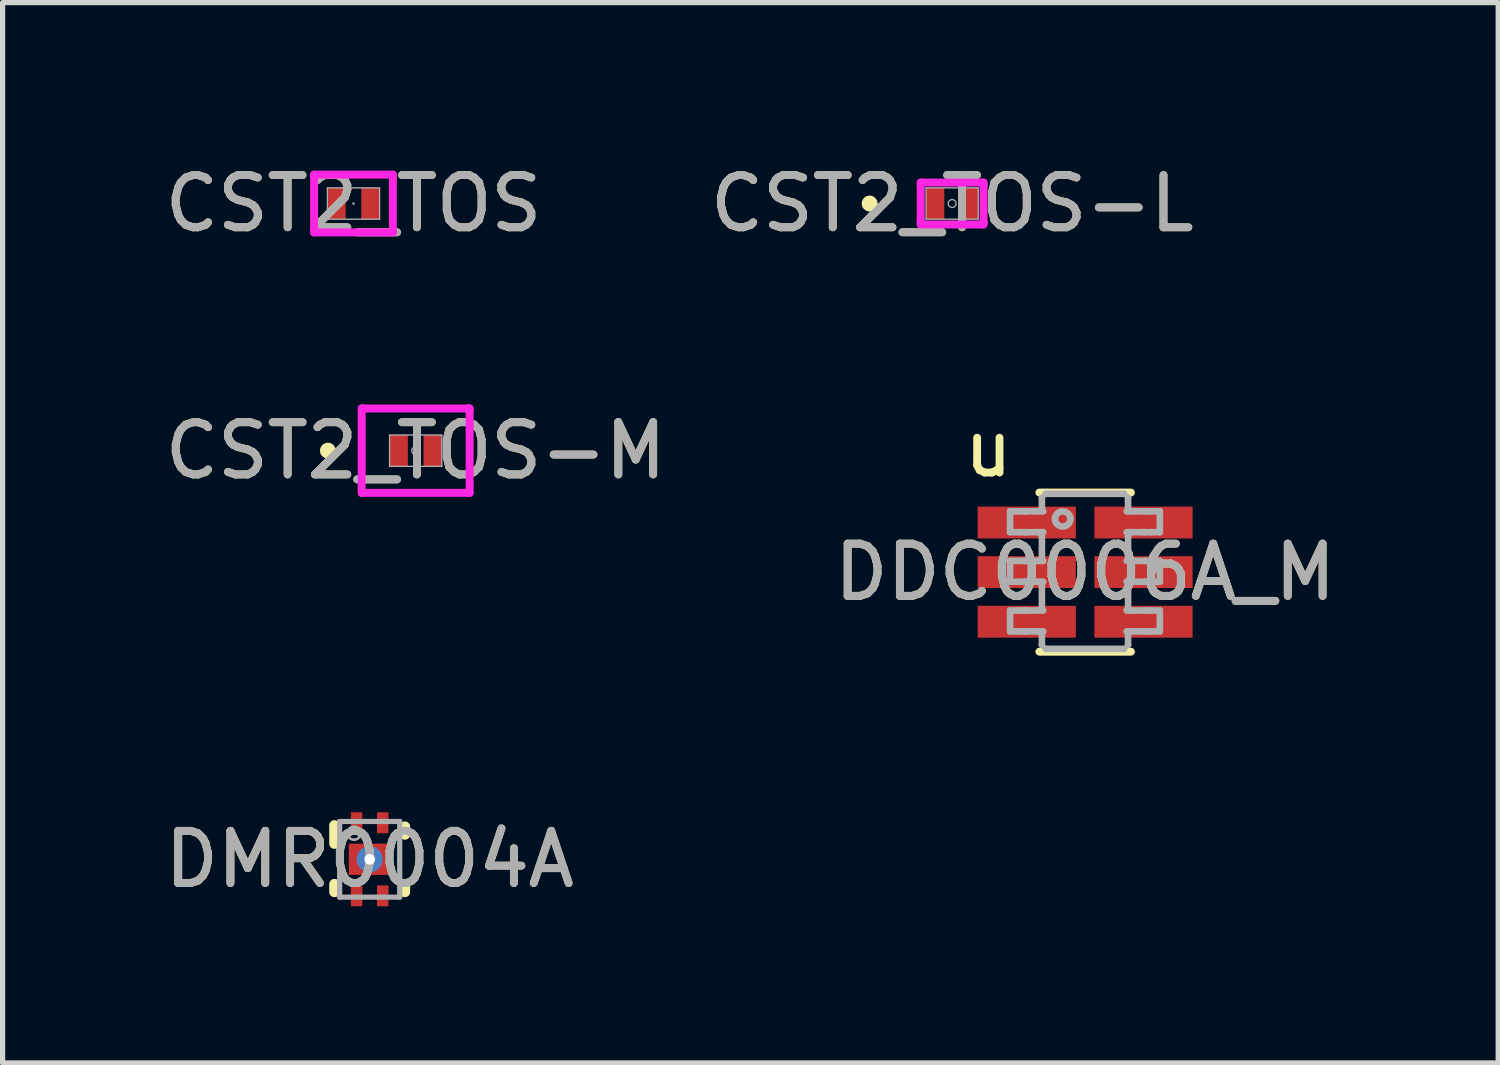
<source format=kicad_pcb>
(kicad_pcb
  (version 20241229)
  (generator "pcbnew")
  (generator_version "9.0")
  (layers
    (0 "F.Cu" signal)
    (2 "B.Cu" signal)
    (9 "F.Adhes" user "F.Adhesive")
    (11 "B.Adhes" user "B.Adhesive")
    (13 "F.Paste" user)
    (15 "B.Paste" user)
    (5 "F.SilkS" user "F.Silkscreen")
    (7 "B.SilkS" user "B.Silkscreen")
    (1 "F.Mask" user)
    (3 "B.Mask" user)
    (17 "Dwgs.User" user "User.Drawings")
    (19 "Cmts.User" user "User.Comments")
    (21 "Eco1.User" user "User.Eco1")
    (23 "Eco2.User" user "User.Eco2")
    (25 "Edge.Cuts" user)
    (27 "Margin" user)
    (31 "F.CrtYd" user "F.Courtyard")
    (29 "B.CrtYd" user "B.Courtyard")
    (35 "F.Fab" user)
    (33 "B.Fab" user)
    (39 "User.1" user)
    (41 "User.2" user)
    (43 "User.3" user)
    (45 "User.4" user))
  (footprint "CST2_TOS-L"
    (layer "F.Cu")
    (at 15.185 0.848)
    (property "Reference" "CST2_TOS-L" (at 0 0 0) (unlocked yes) (layer "F.SilkS") (effects (font (size 1 1) (thickness 0.15))))
    (attr smd)
    (fp_circle (center -1.58 0) (end -1.504 0) (stroke (width 0.152) (type solid)) (fill no) (layer "F.SilkS"))
    (fp_line (start -0.602 -0.402) (end 0.602 -0.402) (stroke (width 0.152) (type solid)) (layer "F.CrtYd"))
    (fp_line (start -0.602 -0.351) (end -0.602 -0.402) (stroke (width 0.152) (type solid)) (layer "F.CrtYd"))
    (fp_line (start -0.602 -0.351) (end -0.602 -0.351) (stroke (width 0.152) (type solid)) (layer "F.CrtYd"))
    (fp_line (start -0.602 0.351) (end -0.602 -0.351) (stroke (width 0.152) (type solid)) (layer "F.CrtYd"))
    (fp_line (start -0.602 0.351) (end -0.602 0.351) (stroke (width 0.152) (type solid)) (layer "F.CrtYd"))
    (fp_line (start -0.602 0.402) (end -0.602 0.351) (stroke (width 0.152) (type solid)) (layer "F.CrtYd"))
    (fp_line (start 0.602 -0.402) (end 0.602 -0.351) (stroke (width 0.152) (type solid)) (layer "F.CrtYd"))
    (fp_line (start 0.602 -0.351) (end 0.602 -0.351) (stroke (width 0.152) (type solid)) (layer "F.CrtYd"))
    (fp_line (start 0.602 -0.351) (end 0.602 0.351) (stroke (width 0.152) (type solid)) (layer "F.CrtYd"))
    (fp_line (start 0.602 0.351) (end 0.602 0.351) (stroke (width 0.152) (type solid)) (layer "F.CrtYd"))
    (fp_line (start 0.602 0.351) (end 0.602 0.402) (stroke (width 0.152) (type solid)) (layer "F.CrtYd"))
    (fp_line (start 0.602 0.402) (end -0.602 0.402) (stroke (width 0.152) (type solid)) (layer "F.CrtYd"))
    (fp_line (start -0.5 -0.3) (end -0.5 0.3) (stroke (width 0.025) (type solid)) (layer "F.Fab"))
    (fp_line (start -0.5 0.3) (end 0.5 0.3) (stroke (width 0.025) (type solid)) (layer "F.Fab"))
    (fp_line (start 0.5 -0.3) (end -0.5 -0.3) (stroke (width 0.025) (type solid)) (layer "F.Fab"))
    (fp_line (start 0.5 0.3) (end 0.5 -0.3) (stroke (width 0.025) (type solid)) (layer "F.Fab"))
    (fp_circle (center 0 0) (end 0.076 0) (stroke (width 0.025) (type solid)) (fill no) (layer "F.Fab"))
    (fp_text user "${REFERENCE}" (at 0 0 0) (unlocked yes) (layer "F.Fab") (effects (font (size 1 1) (thickness 0.15))))
    (pad "1" smd rect (at -0.325 0) (size 0.35 0.6) (layers "F.Cu" "F.Mask" "F.Paste"))
    (pad "2" smd rect (at 0.325 0) (size 0.35 0.6) (layers "F.Cu" "F.Mask" "F.Paste")))
  (footprint "CST2_TOS"
    (layer "F.Cu")
    (at 3.72 0.848)
    (property "Reference" "CST2_TOS" (at 0 0 0) (unlocked yes) (layer "F.SilkS") (effects (font (size 1 1) (thickness 0.15))))
    (attr smd)
    (fp_line (start -0.754 -0.554) (end 0.754 -0.554) (stroke (width 0.152) (type solid)) (layer "F.CrtYd"))
    (fp_line (start -0.754 -0.529) (end -0.754 -0.554) (stroke (width 0.152) (type solid)) (layer "F.CrtYd"))
    (fp_line (start -0.754 -0.529) (end -0.754 -0.529) (stroke (width 0.152) (type solid)) (layer "F.CrtYd"))
    (fp_line (start -0.754 0.529) (end -0.754 -0.529) (stroke (width 0.152) (type solid)) (layer "F.CrtYd"))
    (fp_line (start -0.754 0.529) (end -0.754 0.529) (stroke (width 0.152) (type solid)) (layer "F.CrtYd"))
    (fp_line (start -0.754 0.554) (end -0.754 0.529) (stroke (width 0.152) (type solid)) (layer "F.CrtYd"))
    (fp_line (start 0.754 -0.554) (end 0.754 -0.529) (stroke (width 0.152) (type solid)) (layer "F.CrtYd"))
    (fp_line (start 0.754 -0.529) (end 0.754 -0.529) (stroke (width 0.152) (type solid)) (layer "F.CrtYd"))
    (fp_line (start 0.754 -0.529) (end 0.754 0.529) (stroke (width 0.152) (type solid)) (layer "F.CrtYd"))
    (fp_line (start 0.754 0.529) (end 0.754 0.529) (stroke (width 0.152) (type solid)) (layer "F.CrtYd"))
    (fp_line (start 0.754 0.529) (end 0.754 0.554) (stroke (width 0.152) (type solid)) (layer "F.CrtYd"))
    (fp_line (start 0.754 0.554) (end -0.754 0.554) (stroke (width 0.152) (type solid)) (layer "F.CrtYd"))
    (fp_line (start -0.5 -0.3) (end -0.5 0.3) (stroke (width 0.025) (type solid)) (layer "F.Fab"))
    (fp_line (start -0.5 0.3) (end 0.5 0.3) (stroke (width 0.025) (type solid)) (layer "F.Fab"))
    (fp_line (start 0.5 -0.3) (end -0.5 -0.3) (stroke (width 0.025) (type solid)) (layer "F.Fab"))
    (fp_line (start 0.5 0.3) (end 0.5 -0.3) (stroke (width 0.025) (type solid)) (layer "F.Fab"))
    (fp_circle (center 0 0) (end 0 0) (stroke (width 0.025) (type solid)) (fill no) (layer "F.Fab"))
    (fp_text user "${REFERENCE}" (at 0 0 0) (unlocked yes) (layer "F.Fab") (effects (font (size 1 1) (thickness 0.15))))
    (pad "1" smd rect (at -0.325 0) (size 0.35 0.6) (layers "F.Cu" "F.Mask" "F.Paste"))
    (pad "2" smd rect (at 0.325 0) (size 0.35 0.6) (layers "F.Cu" "F.Mask" "F.Paste")))
  (footprint "DMR0004A"
    (layer "F.Cu")
    (at 4.03 13.407)
    (property "Reference" "DMR0004A" (at 0 0 0) (unlocked yes) (layer "F.SilkS") (effects (font (size 1 1) (thickness 0.15))))
    (attr smd)
    (fp_line (start -0.675 -0.3) (end -0.675 -0.65) (stroke (width 0.2) (type solid)) (layer "F.SilkS"))
    (fp_line (start -0.675 0.625) (end -0.675 0.475) (stroke (width 0.2) (type solid)) (layer "F.SilkS"))
    (fp_line (start 0.675 -0.475) (end 0.675 -0.625) (stroke (width 0.2) (type solid)) (layer "F.SilkS"))
    (fp_line (start 0.675 0.625) (end 0.675 0.475) (stroke (width 0.2) (type solid)) (layer "F.SilkS"))
    (fp_poly (pts (xy -0.38 0.234) (xy -0.38 -0.234) (xy -0.379 -0.244) (xy -0.376 -0.253) (xy -0.371 -0.262) (xy -0.365 -0.27) (xy -0.357 -0.276) (xy -0.348 -0.281) (xy -0.339 -0.284) (xy -0.329 -0.285) (xy 0.329 -0.285) (xy 0.339 -0.284) (xy 0.348 -0.281) (xy 0.357 -0.276) (xy 0.365 -0.27) (xy 0.371 -0.262) (xy 0.376 -0.253) (xy 0.379 -0.244) (xy 0.38 -0.234) (xy 0.38 0.234) (xy 0.379 0.244) (xy 0.376 0.253) (xy 0.371 0.262) (xy 0.365 0.27) (xy 0.357 0.276) (xy 0.348 0.281) (xy 0.339 0.284) (xy 0.329 0.285) (xy -0.329 0.285) (xy -0.339 0.284) (xy -0.348 0.281) (xy -0.357 0.276) (xy -0.365 0.27) (xy -0.371 0.262) (xy -0.376 0.253) (xy -0.379 0.244)) (stroke (width 0) (type solid)) (fill yes) (layer "F.Paste"))
    (fp_line (start -0.575 -0.725) (end 0.575 -0.725) (stroke (width 0.1) (type solid)) (layer "F.Fab"))
    (fp_line (start -0.575 0.725) (end -0.575 -0.725) (stroke (width 0.1) (type solid)) (layer "F.Fab"))
    (fp_line (start -0.575 0.725) (end 0.575 0.725) (stroke (width 0.1) (type solid)) (layer "F.Fab"))
    (fp_line (start 0.575 0.725) (end 0.575 -0.725) (stroke (width 0.1) (type solid)) (layer "F.Fab"))
    (fp_circle (center -0.3 -0.5) (end -0.175 -0.5) (stroke (width 0.05) (type solid)) (fill no) (layer "F.Fab"))
    (fp_text user "${REFERENCE}" (at 0 0 0) (unlocked yes) (layer "F.Fab") (effects (font (size 1 1) (thickness 0.15))))
    (pad "1" smd rect (at -0.25 -0.7) (size 0.22 0.4) (layers "F.Cu" "F.Mask" "F.Paste"))
    (pad "2" smd rect (at -0.25 0.7) (size 0.22 0.4) (layers "F.Cu" "F.Mask" "F.Paste"))
    (pad "3" smd rect (at 0.25 0.7) (size 0.22 0.4) (layers "F.Cu" "F.Mask" "F.Paste"))
    (pad "4" smd rect (at 0.25 -0.7) (size 0.22 0.4) (layers "F.Cu" "F.Mask" "F.Paste"))
    (pad "5" smd rect (at 0 0) (size 0.8 0.6) (layers "F.Cu" "F.Mask"))
    (pad "V" thru_hole circle (at 0 0) (size 0.5 0.5) (drill 0.203) (layers "*.Cu" "*.Mask")))
  (footprint "CST2_TOS-M"
    (layer "F.Cu")
    (at 4.911 5.581)
    (property "Reference" "CST2_TOS-M" (at 0 0 0) (unlocked yes) (layer "F.SilkS") (effects (font (size 1 1) (thickness 0.15))))
    (attr smd)
    (fp_circle (center -1.681 0) (end -1.605 0) (stroke (width 0.152) (type solid)) (fill no) (layer "F.SilkS"))
    (fp_line (start -1.034 -0.808) (end -1.008 -0.808) (stroke (width 0.152) (type solid)) (layer "F.CrtYd"))
    (fp_line (start -1.034 0.808) (end -1.034 -0.808) (stroke (width 0.152) (type solid)) (layer "F.CrtYd"))
    (fp_line (start -1.034 0.808) (end -1.008 0.808) (stroke (width 0.152) (type solid)) (layer "F.CrtYd"))
    (fp_line (start -1.008 -0.808) (end -1.008 -0.808) (stroke (width 0.152) (type solid)) (layer "F.CrtYd"))
    (fp_line (start -1.008 -0.808) (end 1.008 -0.808) (stroke (width 0.152) (type solid)) (layer "F.CrtYd"))
    (fp_line (start -1.008 0.808) (end -1.008 0.808) (stroke (width 0.152) (type solid)) (layer "F.CrtYd"))
    (fp_line (start 1.008 -0.808) (end 1.008 -0.808) (stroke (width 0.152) (type solid)) (layer "F.CrtYd"))
    (fp_line (start 1.008 0.808) (end -1.008 0.808) (stroke (width 0.152) (type solid)) (layer "F.CrtYd"))
    (fp_line (start 1.008 0.808) (end 1.008 0.808) (stroke (width 0.152) (type solid)) (layer "F.CrtYd"))
    (fp_line (start 1.034 -0.808) (end 1.008 -0.808) (stroke (width 0.152) (type solid)) (layer "F.CrtYd"))
    (fp_line (start 1.034 -0.808) (end 1.034 0.808) (stroke (width 0.152) (type solid)) (layer "F.CrtYd"))
    (fp_line (start 1.034 0.808) (end 1.008 0.808) (stroke (width 0.152) (type solid)) (layer "F.CrtYd"))
    (fp_line (start -0.5 -0.3) (end -0.5 0.3) (stroke (width 0.025) (type solid)) (layer "F.Fab"))
    (fp_line (start -0.5 0.3) (end 0.5 0.3) (stroke (width 0.025) (type solid)) (layer "F.Fab"))
    (fp_line (start 0.5 -0.3) (end -0.5 -0.3) (stroke (width 0.025) (type solid)) (layer "F.Fab"))
    (fp_line (start 0.5 0.3) (end 0.5 -0.3) (stroke (width 0.025) (type solid)) (layer "F.Fab"))
    (fp_circle (center 0 0) (end 0.076 0) (stroke (width 0.025) (type solid)) (fill no) (layer "F.Fab"))
    (fp_text user "${REFERENCE}" (at 0 0 0) (unlocked yes) (layer "F.Fab") (effects (font (size 1 1) (thickness 0.15))))
    (pad "1" smd rect (at -0.325 0) (size 0.35 0.6) (layers "F.Cu" "F.Mask" "F.Paste"))
    (pad "2" smd rect (at 0.325 0) (size 0.35 0.6) (layers "F.Cu" "F.Mask" "F.Paste")))
  (footprint "DDC0006A_M"
    (layer "F.Cu")
    (at 17.732 7.907)
    (property "Reference" "DDC0006A_M" (at 0 0 0) (unlocked yes) (layer "F.SilkS") (effects (font (size 1 1) (thickness 0.15))))
    (attr smd)
    (fp_line (start -0.876 -1.524) (end 0.876 -1.524) (stroke (width 0.152) (type solid)) (layer "F.SilkS"))
    (fp_line (start -0.876 1.524) (end 0.876 1.524) (stroke (width 0.152) (type solid)) (layer "F.SilkS"))
    (fp_line (start -1.437 -1.165) (end -1.251 -1.165) (stroke (width 0.127) (type solid)) (layer "F.Fab"))
    (fp_line (start -1.437 -0.765) (end -1.437 -1.165) (stroke (width 0.127) (type solid)) (layer "F.Fab"))
    (fp_line (start -1.437 -0.765) (end -1.251 -0.765) (stroke (width 0.127) (type solid)) (layer "F.Fab"))
    (fp_line (start -1.437 -0.215) (end -1.251 -0.215) (stroke (width 0.127) (type solid)) (layer "F.Fab"))
    (fp_line (start -1.437 0.185) (end -1.437 -0.215) (stroke (width 0.127) (type solid)) (layer "F.Fab"))
    (fp_line (start -1.437 0.185) (end -1.251 0.185) (stroke (width 0.127) (type solid)) (layer "F.Fab"))
    (fp_line (start -1.437 0.735) (end -1.251 0.735) (stroke (width 0.127) (type solid)) (layer "F.Fab"))
    (fp_line (start -1.437 1.135) (end -1.437 0.735) (stroke (width 0.127) (type solid)) (layer "F.Fab"))
    (fp_line (start -1.437 1.135) (end -1.251 1.135) (stroke (width 0.127) (type solid)) (layer "F.Fab"))
    (fp_line (start -1.251 -1.165) (end -1.159 -1.165) (stroke (width 0.127) (type solid)) (layer "F.Fab"))
    (fp_line (start -1.251 -0.765) (end -1.159 -0.765) (stroke (width 0.127) (type solid)) (layer "F.Fab"))
    (fp_line (start -1.251 -0.215) (end -1.159 -0.215) (stroke (width 0.127) (type solid)) (layer "F.Fab"))
    (fp_line (start -1.251 0.185) (end -1.159 0.185) (stroke (width 0.127) (type solid)) (layer "F.Fab"))
    (fp_line (start -1.251 0.735) (end -1.159 0.735) (stroke (width 0.127) (type solid)) (layer "F.Fab"))
    (fp_line (start -1.251 1.135) (end -1.159 1.135) (stroke (width 0.127) (type solid)) (layer "F.Fab"))
    (fp_line (start -1.159 -1.165) (end -1.128 -1.165) (stroke (width 0.127) (type solid)) (layer "F.Fab"))
    (fp_line (start -1.159 -0.765) (end -1.128 -0.765) (stroke (width 0.127) (type solid)) (layer "F.Fab"))
    (fp_line (start -1.159 -0.215) (end -1.128 -0.215) (stroke (width 0.127) (type solid)) (layer "F.Fab"))
    (fp_line (start -1.159 0.185) (end -1.128 0.185) (stroke (width 0.127) (type solid)) (layer "F.Fab"))
    (fp_line (start -1.159 0.735) (end -1.128 0.735) (stroke (width 0.127) (type solid)) (layer "F.Fab"))
    (fp_line (start -1.159 1.135) (end -1.128 1.135) (stroke (width 0.127) (type solid)) (layer "F.Fab"))
    (fp_line (start -1.128 -1.165) (end -0.903 -1.165) (stroke (width 0.127) (type solid)) (layer "F.Fab"))
    (fp_line (start -1.128 -0.765) (end -0.903 -0.765) (stroke (width 0.127) (type solid)) (layer "F.Fab"))
    (fp_line (start -1.128 -0.215) (end -0.903 -0.215) (stroke (width 0.127) (type solid)) (layer "F.Fab"))
    (fp_line (start -1.128 0.185) (end -0.903 0.185) (stroke (width 0.127) (type solid)) (layer "F.Fab"))
    (fp_line (start -1.128 0.735) (end -0.903 0.735) (stroke (width 0.127) (type solid)) (layer "F.Fab"))
    (fp_line (start -1.128 1.135) (end -0.903 1.135) (stroke (width 0.127) (type solid)) (layer "F.Fab"))
    (fp_line (start -0.903 -1.165) (end -0.801 -1.165) (stroke (width 0.127) (type solid)) (layer "F.Fab"))
    (fp_line (start -0.903 -0.765) (end -0.801 -0.765) (stroke (width 0.127) (type solid)) (layer "F.Fab"))
    (fp_line (start -0.903 -0.215) (end -0.801 -0.215) (stroke (width 0.127) (type solid)) (layer "F.Fab"))
    (fp_line (start -0.903 0.185) (end -0.801 0.185) (stroke (width 0.127) (type solid)) (layer "F.Fab"))
    (fp_line (start -0.903 0.735) (end -0.801 0.735) (stroke (width 0.127) (type solid)) (layer "F.Fab"))
    (fp_line (start -0.903 1.135) (end -0.801 1.135) (stroke (width 0.127) (type solid)) (layer "F.Fab"))
    (fp_line (start -0.828 -1.422) (end -0.828 -1.426) (stroke (width 0.127) (type solid)) (layer "F.Fab"))
    (fp_line (start -0.828 -1.165) (end -0.828 -1.422) (stroke (width 0.127) (type solid)) (layer "F.Fab"))
    (fp_line (start -0.828 -0.215) (end -0.828 -0.765) (stroke (width 0.127) (type solid)) (layer "F.Fab"))
    (fp_line (start -0.828 0.735) (end -0.828 0.185) (stroke (width 0.127) (type solid)) (layer "F.Fab"))
    (fp_line (start -0.828 1.392) (end -0.828 1.135) (stroke (width 0.127) (type solid)) (layer "F.Fab"))
    (fp_line (start -0.828 1.395) (end -0.828 1.392) (stroke (width 0.127) (type solid)) (layer "F.Fab"))
    (fp_line (start -0.754 -1.5) (end -0.75 -1.5) (stroke (width 0.127) (type solid)) (layer "F.Fab"))
    (fp_line (start -0.754 1.47) (end -0.75 1.47) (stroke (width 0.127) (type solid)) (layer "F.Fab"))
    (fp_line (start -0.75 -1.5) (end 0.743 -1.5) (stroke (width 0.127) (type solid)) (layer "F.Fab"))
    (fp_line (start -0.75 1.47) (end 0.743 1.47) (stroke (width 0.127) (type solid)) (layer "F.Fab"))
    (fp_line (start 0.743 -1.5) (end 0.747 -1.5) (stroke (width 0.127) (type solid)) (layer "F.Fab"))
    (fp_line (start 0.743 1.47) (end 0.747 1.47) (stroke (width 0.127) (type solid)) (layer "F.Fab"))
    (fp_line (start 0.795 -1.165) (end 0.896 -1.165) (stroke (width 0.127) (type solid)) (layer "F.Fab"))
    (fp_line (start 0.795 -0.765) (end 0.896 -0.765) (stroke (width 0.127) (type solid)) (layer "F.Fab"))
    (fp_line (start 0.795 -0.215) (end 0.896 -0.215) (stroke (width 0.127) (type solid)) (layer "F.Fab"))
    (fp_line (start 0.795 0.185) (end 0.896 0.185) (stroke (width 0.127) (type solid)) (layer "F.Fab"))
    (fp_line (start 0.795 0.735) (end 0.896 0.735) (stroke (width 0.127) (type solid)) (layer "F.Fab"))
    (fp_line (start 0.795 1.135) (end 0.896 1.135) (stroke (width 0.127) (type solid)) (layer "F.Fab"))
    (fp_line (start 0.822 -1.422) (end 0.822 -1.426) (stroke (width 0.127) (type solid)) (layer "F.Fab"))
    (fp_line (start 0.822 -1.165) (end 0.822 -1.422) (stroke (width 0.127) (type solid)) (layer "F.Fab"))
    (fp_line (start 0.822 -0.215) (end 0.822 -0.765) (stroke (width 0.127) (type solid)) (layer "F.Fab"))
    (fp_line (start 0.822 0.735) (end 0.822 0.185) (stroke (width 0.127) (type solid)) (layer "F.Fab"))
    (fp_line (start 0.822 1.392) (end 0.822 1.135) (stroke (width 0.127) (type solid)) (layer "F.Fab"))
    (fp_line (start 0.822 1.395) (end 0.822 1.392) (stroke (width 0.127) (type solid)) (layer "F.Fab"))
    (fp_line (start 0.896 -1.165) (end 1.122 -1.165) (stroke (width 0.127) (type solid)) (layer "F.Fab"))
    (fp_line (start 0.896 -0.765) (end 1.122 -0.765) (stroke (width 0.127) (type solid)) (layer "F.Fab"))
    (fp_line (start 0.896 -0.215) (end 1.122 -0.215) (stroke (width 0.127) (type solid)) (layer "F.Fab"))
    (fp_line (start 0.896 0.185) (end 1.122 0.185) (stroke (width 0.127) (type solid)) (layer "F.Fab"))
    (fp_line (start 0.896 0.735) (end 1.122 0.735) (stroke (width 0.127) (type solid)) (layer "F.Fab"))
    (fp_line (start 0.896 1.135) (end 1.122 1.135) (stroke (width 0.127) (type solid)) (layer "F.Fab"))
    (fp_line (start 1.122 -1.165) (end 1.152 -1.165) (stroke (width 0.127) (type solid)) (layer "F.Fab"))
    (fp_line (start 1.122 -0.765) (end 1.152 -0.765) (stroke (width 0.127) (type solid)) (layer "F.Fab"))
    (fp_line (start 1.122 -0.215) (end 1.152 -0.215) (stroke (width 0.127) (type solid)) (layer "F.Fab"))
    (fp_line (start 1.122 0.185) (end 1.152 0.185) (stroke (width 0.127) (type solid)) (layer "F.Fab"))
    (fp_line (start 1.122 0.735) (end 1.152 0.735) (stroke (width 0.127) (type solid)) (layer "F.Fab"))
    (fp_line (start 1.122 1.135) (end 1.152 1.135) (stroke (width 0.127) (type solid)) (layer "F.Fab"))
    (fp_line (start 1.152 -1.165) (end 1.245 -1.165) (stroke (width 0.127) (type solid)) (layer "F.Fab"))
    (fp_line (start 1.152 -0.765) (end 1.245 -0.765) (stroke (width 0.127) (type solid)) (layer "F.Fab"))
    (fp_line (start 1.152 -0.215) (end 1.245 -0.215) (stroke (width 0.127) (type solid)) (layer "F.Fab"))
    (fp_line (start 1.152 0.185) (end 1.245 0.185) (stroke (width 0.127) (type solid)) (layer "F.Fab"))
    (fp_line (start 1.152 0.735) (end 1.245 0.735) (stroke (width 0.127) (type solid)) (layer "F.Fab"))
    (fp_line (start 1.152 1.135) (end 1.245 1.135) (stroke (width 0.127) (type solid)) (layer "F.Fab"))
    (fp_line (start 1.245 -1.165) (end 1.431 -1.165) (stroke (width 0.127) (type solid)) (layer "F.Fab"))
    (fp_line (start 1.245 -0.765) (end 1.431 -0.765) (stroke (width 0.127) (type solid)) (layer "F.Fab"))
    (fp_line (start 1.245 -0.215) (end 1.431 -0.215) (stroke (width 0.127) (type solid)) (layer "F.Fab"))
    (fp_line (start 1.245 0.185) (end 1.431 0.185) (stroke (width 0.127) (type solid)) (layer "F.Fab"))
    (fp_line (start 1.245 0.735) (end 1.431 0.735) (stroke (width 0.127) (type solid)) (layer "F.Fab"))
    (fp_line (start 1.245 1.135) (end 1.431 1.135) (stroke (width 0.127) (type solid)) (layer "F.Fab"))
    (fp_line (start 1.431 -0.765) (end 1.431 -1.165) (stroke (width 0.127) (type solid)) (layer "F.Fab"))
    (fp_line (start 1.431 0.185) (end 1.431 -0.215) (stroke (width 0.127) (type solid)) (layer "F.Fab"))
    (fp_line (start 1.431 1.135) (end 1.431 0.735) (stroke (width 0.127) (type solid)) (layer "F.Fab"))
    (fp_arc (start -0.578322 -1.017679) (mid -0.429542 -1.166459) (end -0.280761 -1.017679) (stroke (width 0.127) (type solid)) (layer "F.Fab"))
    (fp_arc (start -0.280761 -1.017679) (mid -0.429542 -0.868898) (end -0.578322 -1.017679) (stroke (width 0.127) (type solid)) (layer "F.Fab"))
    (fp_text user "u" (at -1.854 -2.362 0) (unlocked yes) (layer "F.SilkS") (effects (font (size 1 1) (thickness 0.15))))
    (fp_text user "${REFERENCE}" (at 0 0 0) (unlocked yes) (layer "F.Fab") (effects (font (size 1 1) (thickness 0.15))))
    (pad "1" smd rect (at -1.118 -0.95) (size 1.88 0.61) (layers "F.Cu" "F.Mask" "F.Paste"))
    (pad "2" smd rect (at -1.118 0) (size 1.88 0.61) (layers "F.Cu" "F.Mask" "F.Paste"))
    (pad "3" smd rect (at -1.118 0.95) (size 1.88 0.61) (layers "F.Cu" "F.Mask" "F.Paste"))
    (pad "4" smd rect (at 1.118 0.95) (size 1.88 0.61) (layers "F.Cu" "F.Mask" "F.Paste"))
    (pad "5" smd rect (at 1.118 0) (size 1.88 0.61) (layers "F.Cu" "F.Mask" "F.Paste"))
    (pad "6" smd rect (at 1.118 -0.95) (size 1.88 0.61) (layers "F.Cu" "F.Mask" "F.Paste")))
  (gr_rect
    (start -3 -3)
    (end 25.643 17.307)
    (stroke (width 0.1) (type default))
    (fill no)
    (layer "Edge.Cuts")))
</source>
